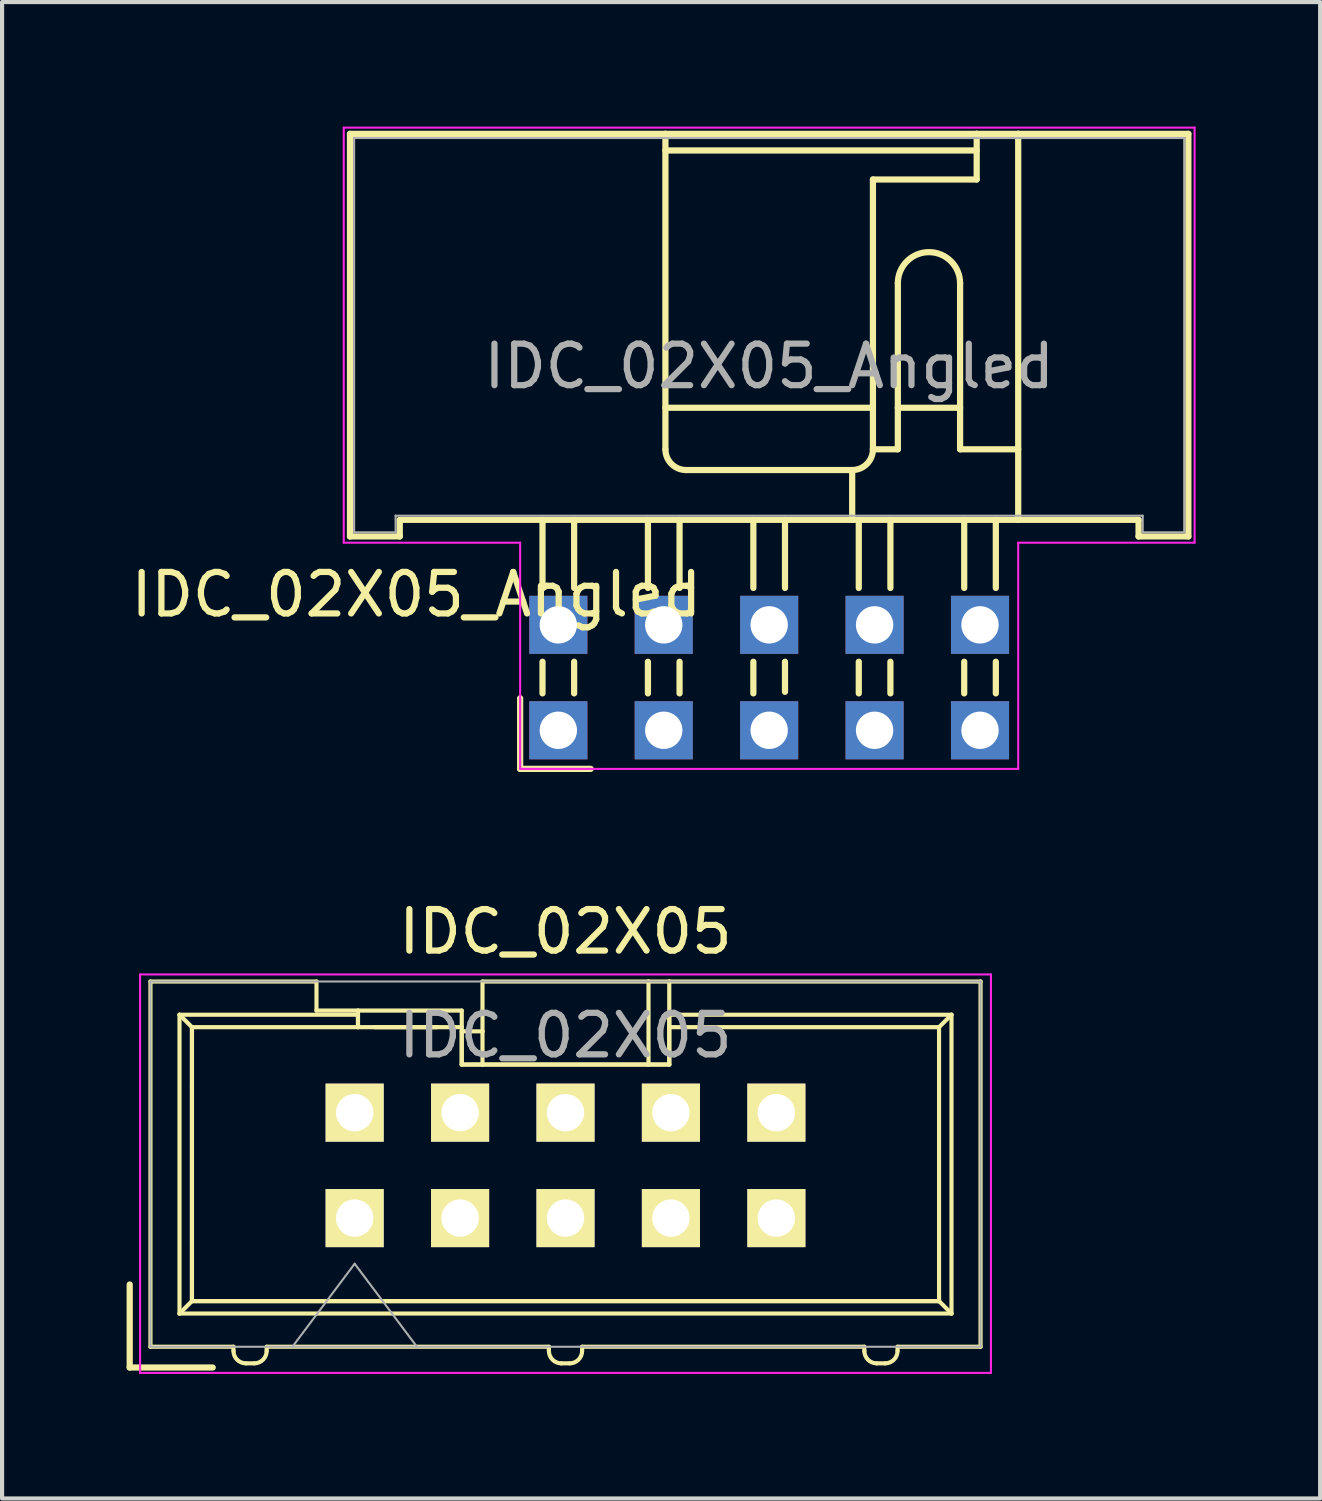
<source format=kicad_pcb>
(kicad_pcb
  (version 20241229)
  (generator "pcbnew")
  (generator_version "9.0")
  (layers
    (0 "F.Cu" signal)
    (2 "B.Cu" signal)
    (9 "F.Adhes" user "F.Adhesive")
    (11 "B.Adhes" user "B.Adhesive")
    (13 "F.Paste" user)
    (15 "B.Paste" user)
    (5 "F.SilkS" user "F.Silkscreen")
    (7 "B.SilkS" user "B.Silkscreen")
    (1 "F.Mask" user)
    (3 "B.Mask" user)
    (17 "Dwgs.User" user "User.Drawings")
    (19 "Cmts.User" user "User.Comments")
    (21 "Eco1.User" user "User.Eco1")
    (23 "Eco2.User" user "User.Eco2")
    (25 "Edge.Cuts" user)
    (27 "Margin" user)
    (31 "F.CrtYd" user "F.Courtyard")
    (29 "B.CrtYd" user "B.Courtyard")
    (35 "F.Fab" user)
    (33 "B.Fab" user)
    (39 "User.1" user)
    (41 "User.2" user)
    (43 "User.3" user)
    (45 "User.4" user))
  (footprint "IDC_02X05_Angled"
    (layer "F.Cu")
    (at 15.482 13.275)
    (property "Reference" "IDC_02X05_Angled" (at 0 -7.5 0) (layer "F.Fab") (effects (font (size 1 1) (thickness 0.15))))
    (attr through_hole)
    (fp_line (start -10.1 -13.1) (end -2.5 -13.1) (stroke (width 0.15) (type solid)) (layer "F.SilkS"))
    (fp_line (start -10.1 -3.4) (end -10.1 -13.1) (stroke (width 0.15) (type solid)) (layer "F.SilkS"))
    (fp_line (start -8.9 -3.8) (end 2 -3.8) (stroke (width 0.15) (type solid)) (layer "F.SilkS"))
    (fp_line (start -8.9 -3.4) (end -10.1 -3.4) (stroke (width 0.15) (type solid)) (layer "F.SilkS"))
    (fp_line (start -8.9 -3.4) (end -8.9 -3.8) (stroke (width 0.15) (type solid)) (layer "F.SilkS"))
    (fp_line (start -6 0.5) (end -6 2.2) (stroke (width 0.15) (type solid)) (layer "F.SilkS"))
    (fp_line (start -6 2.2) (end -4.3 2.2) (stroke (width 0.15) (type solid)) (layer "F.SilkS"))
    (fp_line (start -5.461 -3.8) (end -5.461 -2.159) (stroke (width 0.15) (type solid)) (layer "F.SilkS"))
    (fp_line (start -5.461 -0.381) (end -5.461 0.381) (stroke (width 0.15) (type solid)) (layer "F.SilkS"))
    (fp_line (start -4.699 -3.8) (end -4.699 -2.159) (stroke (width 0.15) (type solid)) (layer "F.SilkS"))
    (fp_line (start -4.699 -0.381) (end -4.699 0.381) (stroke (width 0.15) (type solid)) (layer "F.SilkS"))
    (fp_line (start -2.921 -3.8) (end -2.921 -2.159) (stroke (width 0.15) (type solid)) (layer "F.SilkS"))
    (fp_line (start -2.921 -0.381) (end -2.921 0.381) (stroke (width 0.15) (type solid)) (layer "F.SilkS"))
    (fp_line (start -2.5 -13.1) (end 5 -13.1) (stroke (width 0.15) (type solid)) (layer "F.SilkS"))
    (fp_line (start -2.5 -12.7) (end 5 -12.7) (stroke (width 0.15) (type solid)) (layer "F.SilkS"))
    (fp_line (start -2.5 -6.5) (end 2.5 -6.5) (stroke (width 0.15) (type solid)) (layer "F.SilkS"))
    (fp_line (start -2.5 -5.5) (end -2.5 -13.1) (stroke (width 0.15) (type solid)) (layer "F.SilkS"))
    (fp_line (start -2.159 -3.8) (end -2.159 -2.159) (stroke (width 0.15) (type solid)) (layer "F.SilkS"))
    (fp_line (start -2.159 -0.381) (end -2.159 0.381) (stroke (width 0.15) (type solid)) (layer "F.SilkS"))
    (fp_line (start -0.381 -3.8) (end -0.381 -2.159) (stroke (width 0.15) (type solid)) (layer "F.SilkS"))
    (fp_line (start -0.381 -0.381) (end -0.381 0.381) (stroke (width 0.15) (type solid)) (layer "F.SilkS"))
    (fp_line (start 0.381 -3.8) (end 0.381 -2.159) (stroke (width 0.15) (type solid)) (layer "F.SilkS"))
    (fp_line (start 0.381 -0.381) (end 0.381 0.344) (stroke (width 0.15) (type solid)) (layer "F.SilkS"))
    (fp_line (start 2 -5) (end -2 -5) (stroke (width 0.15) (type solid)) (layer "F.SilkS"))
    (fp_line (start 2 -3.8) (end 2 -5) (stroke (width 0.15) (type solid)) (layer "F.SilkS"))
    (fp_line (start 2.159 -3.8) (end 2.159 -2.159) (stroke (width 0.15) (type solid)) (layer "F.SilkS"))
    (fp_line (start 2.159 -0.381) (end 2.159 0.381) (stroke (width 0.15) (type solid)) (layer "F.SilkS"))
    (fp_line (start 2.5 -5.5) (end 2.5 -12) (stroke (width 0.15) (type solid)) (layer "F.SilkS"))
    (fp_line (start 2.5 -5.5) (end 3.1 -5.5) (stroke (width 0.15) (type solid)) (layer "F.SilkS"))
    (fp_line (start 2.921 -3.8) (end 2.921 -2.159) (stroke (width 0.15) (type solid)) (layer "F.SilkS"))
    (fp_line (start 2.921 -0.381) (end 2.921 0.381) (stroke (width 0.15) (type solid)) (layer "F.SilkS"))
    (fp_line (start 3.1 -5.5) (end 3.1 -9.5) (stroke (width 0.15) (type solid)) (layer "F.SilkS"))
    (fp_line (start 4.6 -9.5) (end 4.6 -5.5) (stroke (width 0.15) (type solid)) (layer "F.SilkS"))
    (fp_line (start 4.6 -6.5) (end 3.1 -6.5) (stroke (width 0.15) (type solid)) (layer "F.SilkS"))
    (fp_line (start 4.6 -5.5) (end 6 -5.5) (stroke (width 0.15) (type solid)) (layer "F.SilkS"))
    (fp_line (start 4.699 -3.8) (end 4.699 -2.159) (stroke (width 0.15) (type solid)) (layer "F.SilkS"))
    (fp_line (start 4.699 -0.381) (end 4.699 0.381) (stroke (width 0.15) (type solid)) (layer "F.SilkS"))
    (fp_line (start 5 -13.1) (end 5 -12) (stroke (width 0.15) (type solid)) (layer "F.SilkS"))
    (fp_line (start 5 -13.1) (end 6 -13.1) (stroke (width 0.15) (type solid)) (layer "F.SilkS"))
    (fp_line (start 5 -12) (end 2.5 -12) (stroke (width 0.15) (type solid)) (layer "F.SilkS"))
    (fp_line (start 5.461 -3.8) (end 5.461 -2.159) (stroke (width 0.15) (type solid)) (layer "F.SilkS"))
    (fp_line (start 5.461 -0.381) (end 5.461 0.381) (stroke (width 0.15) (type solid)) (layer "F.SilkS"))
    (fp_line (start 6 -13.1) (end 6 -3.8) (stroke (width 0.15) (type solid)) (layer "F.SilkS"))
    (fp_line (start 6 -13.1) (end 10.1 -13.1) (stroke (width 0.15) (type solid)) (layer "F.SilkS"))
    (fp_line (start 6 -3.8) (end 2 -3.8) (stroke (width 0.15) (type solid)) (layer "F.SilkS"))
    (fp_line (start 6 -3.8) (end 8.9 -3.8) (stroke (width 0.15) (type solid)) (layer "F.SilkS"))
    (fp_line (start 8.9 -3.4) (end 8.9 -3.8) (stroke (width 0.15) (type solid)) (layer "F.SilkS"))
    (fp_line (start 10.1 -13.1) (end 10.1 -3.4) (stroke (width 0.15) (type solid)) (layer "F.SilkS"))
    (fp_line (start 10.1 -3.4) (end 8.9 -3.4) (stroke (width 0.15) (type solid)) (layer "F.SilkS"))
    (fp_arc (start -2 -5) (mid -2.353553 -5.146447) (end -2.5 -5.5) (stroke (width 0.15) (type solid)) (layer "F.SilkS"))
    (fp_arc (start 2.5 -5.5) (mid 2.353553 -5.146447) (end 2 -5) (stroke (width 0.15) (type solid)) (layer "F.SilkS"))
    (fp_arc (start 3.1 -9.5) (mid 3.85 -10.25) (end 4.6 -9.5) (stroke (width 0.15) (type solid)) (layer "F.SilkS"))
    (fp_line (start -10.25 -13.25) (end -10.25 -3.25) (stroke (width 0.05) (type solid)) (layer "F.CrtYd"))
    (fp_line (start -10.25 -3.25) (end -6 -3.25) (stroke (width 0.05) (type solid)) (layer "F.CrtYd"))
    (fp_line (start -6 -3.25) (end -6 2.2) (stroke (width 0.05) (type solid)) (layer "F.CrtYd"))
    (fp_line (start -6 2.2) (end 6 2.2) (stroke (width 0.05) (type solid)) (layer "F.CrtYd"))
    (fp_line (start 6 -3.25) (end 10.25 -3.25) (stroke (width 0.05) (type solid)) (layer "F.CrtYd"))
    (fp_line (start 6 2.2) (end 6 -3.25) (stroke (width 0.05) (type solid)) (layer "F.CrtYd"))
    (fp_line (start 10.25 -13.25) (end -10.25 -13.25) (stroke (width 0.05) (type solid)) (layer "F.CrtYd"))
    (fp_line (start 10.25 -3.25) (end 10.25 -13.25) (stroke (width 0.05) (type solid)) (layer "F.CrtYd"))
    (fp_line (start -10 -13) (end 10 -13) (stroke (width 0.05) (type solid)) (layer "F.Fab"))
    (fp_line (start -10 -3.5) (end -10 -13) (stroke (width 0.05) (type solid)) (layer "F.Fab"))
    (fp_line (start -9 -3.9) (end 2 -3.9) (stroke (width 0.05) (type solid)) (layer "F.Fab"))
    (fp_line (start -9 -3.5) (end -10 -3.5) (stroke (width 0.05) (type solid)) (layer "F.Fab"))
    (fp_line (start -9 -3.5) (end -9 -3.9) (stroke (width 0.05) (type solid)) (layer "F.Fab"))
    (fp_line (start -6 0.5) (end -6 2.2) (stroke (width 0.05) (type solid)) (layer "F.Fab"))
    (fp_line (start -6 2.2) (end -4.3 2.2) (stroke (width 0.05) (type solid)) (layer "F.Fab"))
    (fp_line (start 6 -3.9) (end 2 -3.9) (stroke (width 0.05) (type solid)) (layer "F.Fab"))
    (fp_line (start 6 -3.9) (end 9 -3.9) (stroke (width 0.05) (type solid)) (layer "F.Fab"))
    (fp_line (start 9 -3.5) (end 9 -3.9) (stroke (width 0.05) (type solid)) (layer "F.Fab"))
    (fp_line (start 10 -13) (end 10 -3.5) (stroke (width 0.05) (type solid)) (layer "F.Fab"))
    (fp_line (start 10 -3.5) (end 9 -3.5) (stroke (width 0.05) (type solid)) (layer "F.Fab"))
    (fp_text user "${REFERENCE}" (at -8.5 -2 0) (layer "F.SilkS") (effects (font (size 1 1) (thickness 0.15))))
    (pad "1" thru_hole rect (at -5.08 1.27) (size 1.4 1.4) (drill 0.9) (layers "*.Cu" "*.Mask"))
    (pad "2" thru_hole rect (at -5.08 -1.27) (size 1.4 1.4) (drill 0.9) (layers "*.Cu" "*.Mask"))
    (pad "3" thru_hole rect (at -2.54 1.27) (size 1.4 1.4) (drill 0.9) (layers "*.Cu" "*.Mask"))
    (pad "4" thru_hole rect (at -2.54 -1.27) (size 1.4 1.4) (drill 0.9) (layers "*.Cu" "*.Mask"))
    (pad "5" thru_hole rect (at 0 1.27) (size 1.4 1.4) (drill 0.9) (layers "*.Cu" "*.Mask"))
    (pad "6" thru_hole rect (at 0 -1.27) (size 1.4 1.4) (drill 0.9) (layers "*.Cu" "*.Mask"))
    (pad "7" thru_hole rect (at 2.54 1.27) (size 1.4 1.4) (drill 0.9) (layers "*.Cu" "*.Mask"))
    (pad "8" thru_hole rect (at 2.54 -1.27) (size 1.4 1.4) (drill 0.9) (layers "*.Cu" "*.Mask"))
    (pad "9" thru_hole rect (at 5.08 1.27) (size 1.4 1.4) (drill 0.9) (layers "*.Cu" "*.Mask"))
    (pad "10" thru_hole rect (at 5.08 -1.27) (size 1.4 1.4) (drill 0.9) (layers "*.Cu" "*.Mask")))
  (footprint "IDC_02X05"
    (layer "F.Cu")
    (at 5.495 26.298)
    (property "Reference" "IDC_02X05" (at 5.08 -4.4 0) (layer "F.Fab") (effects (font (size 1 1) (thickness 0.15))))
    (attr through_hole)
    (fp_line (start -5.42 1.6) (end -5.42 3.6) (stroke (width 0.15) (type solid)) (layer "F.SilkS"))
    (fp_line (start -5.42 3.6) (end -3.42 3.6) (stroke (width 0.15) (type solid)) (layer "F.SilkS"))
    (fp_line (start -4.92 3.1) (end -4.92 -5.7) (stroke (width 0.1) (type solid)) (layer "F.SilkS"))
    (fp_line (start -4.22 -4.9) (end -3.92 -4.6) (stroke (width 0.1) (type solid)) (layer "F.SilkS"))
    (fp_line (start -4.22 -4.9) (end 0.08 -4.9) (stroke (width 0.1) (type solid)) (layer "F.SilkS"))
    (fp_line (start -4.22 2.3) (end -4.22 -4.9) (stroke (width 0.1) (type solid)) (layer "F.SilkS"))
    (fp_line (start -4.22 2.3) (end -3.92 2) (stroke (width 0.1) (type solid)) (layer "F.SilkS"))
    (fp_line (start -3.92 -4.6) (end 0.08 -4.6) (stroke (width 0.1) (type solid)) (layer "F.SilkS"))
    (fp_line (start -3.92 -3.171) (end -3.92 -4.6) (stroke (width 0.1) (type solid)) (layer "F.SilkS"))
    (fp_line (start -3.92 0.571) (end -3.92 -3.171) (stroke (width 0.1) (type solid)) (layer "F.SilkS"))
    (fp_line (start -3.92 2) (end -3.92 -4.6) (stroke (width 0.1) (type solid)) (layer "F.SilkS"))
    (fp_line (start -3.92 2) (end -3.92 0.571) (stroke (width 0.1) (type solid)) (layer "F.SilkS"))
    (fp_line (start -2.92 3.1) (end -4.92 3.1) (stroke (width 0.1) (type solid)) (layer "F.SilkS"))
    (fp_line (start -2.92 3.2) (end -2.92 3.1) (stroke (width 0.1) (type solid)) (layer "F.SilkS"))
    (fp_line (start -2.42 3.5) (end -2.62 3.5) (stroke (width 0.1) (type solid)) (layer "F.SilkS"))
    (fp_line (start -2.12 3.1) (end 4.68 3.1) (stroke (width 0.1) (type solid)) (layer "F.SilkS"))
    (fp_line (start -2.12 3.2) (end -2.12 3.1) (stroke (width 0.1) (type solid)) (layer "F.SilkS"))
    (fp_line (start -0.92 -5.7) (end -4.92 -5.7) (stroke (width 0.1) (type solid)) (layer "F.SilkS"))
    (fp_line (start -0.92 -5.7) (end -0.92 -5) (stroke (width 0.1) (type solid)) (layer "F.SilkS"))
    (fp_line (start 0.08 -5) (end -0.92 -5) (stroke (width 0.1) (type solid)) (layer "F.SilkS"))
    (fp_line (start 0.08 -5) (end 0.08 -4.9) (stroke (width 0.1) (type solid)) (layer "F.SilkS"))
    (fp_line (start 0.08 -5) (end 2.58 -5) (stroke (width 0.1) (type solid)) (layer "F.SilkS"))
    (fp_line (start 0.08 -4.9) (end 0.08 -4.6) (stroke (width 0.1) (type solid)) (layer "F.SilkS"))
    (fp_line (start 0.08 -4.9) (end 0.08 -4.6) (stroke (width 0.1) (type solid)) (layer "F.SilkS"))
    (fp_line (start 0.48 -4.6) (end 1.98 -4.6) (stroke (width 0.1) (type solid)) (layer "F.SilkS"))
    (fp_line (start 2.58 -5) (end 2.58 -4.6) (stroke (width 0.1) (type solid)) (layer "F.SilkS"))
    (fp_line (start 2.58 -4.6) (end 0.08 -4.6) (stroke (width 0.1) (type solid)) (layer "F.SilkS"))
    (fp_line (start 2.58 -4.5) (end 2.58 -3.7) (stroke (width 0.1) (type solid)) (layer "F.SilkS"))
    (fp_line (start 2.58 -3.7) (end 2.58 -4.6) (stroke (width 0.1) (type solid)) (layer "F.SilkS"))
    (fp_line (start 3.08 -5.7) (end 3.08 -5) (stroke (width 0.1) (type solid)) (layer "F.SilkS"))
    (fp_line (start 3.08 -5.7) (end 7.08 -5.7) (stroke (width 0.1) (type solid)) (layer "F.SilkS"))
    (fp_line (start 3.08 -5) (end 3.08 -4.5) (stroke (width 0.1) (type solid)) (layer "F.SilkS"))
    (fp_line (start 3.08 -4.5) (end 2.58 -4.5) (stroke (width 0.1) (type solid)) (layer "F.SilkS"))
    (fp_line (start 3.08 -4.5) (end 3.08 -3.7) (stroke (width 0.1) (type solid)) (layer "F.SilkS"))
    (fp_line (start 3.08 -3.7) (end 2.58 -3.7) (stroke (width 0.1) (type solid)) (layer "F.SilkS"))
    (fp_line (start 3.08 -3.7) (end 7.08 -3.7) (stroke (width 0.1) (type solid)) (layer "F.SilkS"))
    (fp_line (start 4.68 3.2) (end 4.68 3.1) (stroke (width 0.1) (type solid)) (layer "F.SilkS"))
    (fp_line (start 5.18 3.5) (end 4.98 3.5) (stroke (width 0.1) (type solid)) (layer "F.SilkS"))
    (fp_line (start 5.48 3.1) (end 12.28 3.1) (stroke (width 0.1) (type solid)) (layer "F.SilkS"))
    (fp_line (start 5.48 3.2) (end 5.48 3.1) (stroke (width 0.1) (type solid)) (layer "F.SilkS"))
    (fp_line (start 7.08 -5.7) (end 7.08 -3.7) (stroke (width 0.1) (type solid)) (layer "F.SilkS"))
    (fp_line (start 7.58 -5.7) (end 7.08 -5.7) (stroke (width 0.1) (type solid)) (layer "F.SilkS"))
    (fp_line (start 7.58 -5.7) (end 7.58 -4.9) (stroke (width 0.1) (type solid)) (layer "F.SilkS"))
    (fp_line (start 7.58 -4.9) (end 7.58 -4.6) (stroke (width 0.1) (type solid)) (layer "F.SilkS"))
    (fp_line (start 7.58 -4.9) (end 7.58 -3.7) (stroke (width 0.1) (type solid)) (layer "F.SilkS"))
    (fp_line (start 7.58 -4.9) (end 14.38 -4.9) (stroke (width 0.1) (type solid)) (layer "F.SilkS"))
    (fp_line (start 7.58 -4.6) (end 7.58 -3.7) (stroke (width 0.1) (type solid)) (layer "F.SilkS"))
    (fp_line (start 7.58 -4.6) (end 14.08 -4.6) (stroke (width 0.1) (type solid)) (layer "F.SilkS"))
    (fp_line (start 7.58 -3.7) (end 2.58 -3.7) (stroke (width 0.1) (type solid)) (layer "F.SilkS"))
    (fp_line (start 7.58 -3.7) (end 7.08 -3.7) (stroke (width 0.1) (type solid)) (layer "F.SilkS"))
    (fp_line (start 12.28 3.2) (end 12.28 3.1) (stroke (width 0.1) (type solid)) (layer "F.SilkS"))
    (fp_line (start 12.78 3.5) (end 12.58 3.5) (stroke (width 0.1) (type solid)) (layer "F.SilkS"))
    (fp_line (start 13.08 3.1) (end 15.08 3.1) (stroke (width 0.1) (type solid)) (layer "F.SilkS"))
    (fp_line (start 13.08 3.2) (end 13.08 3.1) (stroke (width 0.1) (type solid)) (layer "F.SilkS"))
    (fp_line (start 14.08 -4.6) (end 14.08 2) (stroke (width 0.1) (type solid)) (layer "F.SilkS"))
    (fp_line (start 14.08 2) (end -3.92 2) (stroke (width 0.1) (type solid)) (layer "F.SilkS"))
    (fp_line (start 14.08 2) (end -3.92 2) (stroke (width 0.1) (type solid)) (layer "F.SilkS"))
    (fp_line (start 14.38 -4.9) (end 14.08 -4.6) (stroke (width 0.1) (type solid)) (layer "F.SilkS"))
    (fp_line (start 14.38 -4.9) (end 14.38 2.3) (stroke (width 0.1) (type solid)) (layer "F.SilkS"))
    (fp_line (start 14.38 2.3) (end -4.22 2.3) (stroke (width 0.1) (type solid)) (layer "F.SilkS"))
    (fp_line (start 14.38 2.3) (end 14.08 2) (stroke (width 0.1) (type solid)) (layer "F.SilkS"))
    (fp_line (start 15.08 -5.7) (end 7.58 -5.7) (stroke (width 0.1) (type solid)) (layer "F.SilkS"))
    (fp_line (start 15.08 3.1) (end 15.08 -5.7) (stroke (width 0.1) (type solid)) (layer "F.SilkS"))
    (fp_arc (start -2.62 3.5) (mid -2.832132 3.412132) (end -2.92 3.2) (stroke (width 0.1) (type solid)) (layer "F.SilkS"))
    (fp_arc (start -2.12 3.2) (mid -2.207868 3.412132) (end -2.42 3.5) (stroke (width 0.1) (type solid)) (layer "F.SilkS"))
    (fp_arc (start 4.98 3.5) (mid 4.767868 3.412132) (end 4.68 3.2) (stroke (width 0.1) (type solid)) (layer "F.SilkS"))
    (fp_arc (start 5.48 3.2) (mid 5.392132 3.412132) (end 5.18 3.5) (stroke (width 0.1) (type solid)) (layer "F.SilkS"))
    (fp_arc (start 12.58 3.5) (mid 12.367868 3.412132) (end 12.28 3.2) (stroke (width 0.1) (type solid)) (layer "F.SilkS"))
    (fp_arc (start 13.08 3.2) (mid 12.992132 3.412132) (end 12.78 3.5) (stroke (width 0.1) (type solid)) (layer "F.SilkS"))
    (fp_line (start -5.17 -5.87) (end -5.17 3.73) (stroke (width 0.05) (type solid)) (layer "F.CrtYd"))
    (fp_line (start -5.17 -5.87) (end 15.33 -5.87) (stroke (width 0.05) (type solid)) (layer "F.CrtYd"))
    (fp_line (start -5.17 3.73) (end 15.33 3.73) (stroke (width 0.05) (type solid)) (layer "F.CrtYd"))
    (fp_line (start 15.33 3.73) (end 15.33 -5.87) (stroke (width 0.05) (type solid)) (layer "F.CrtYd"))
    (fp_line (start -4.92 3.1) (end -4.92 -5.7) (stroke (width 0.05) (type solid)) (layer "F.Fab"))
    (fp_line (start -4.92 3.1) (end 15.08 3.1) (stroke (width 0.05) (type solid)) (layer "F.Fab"))
    (fp_line (start -1.5 3.1) (end 0 1.1) (stroke (width 0.05) (type solid)) (layer "F.Fab"))
    (fp_line (start 0 1.1) (end 1.5 3.1) (stroke (width 0.05) (type solid)) (layer "F.Fab"))
    (fp_line (start 15.08 -5.7) (end -4.92 -5.7) (stroke (width 0.05) (type solid)) (layer "F.Fab"))
    (fp_line (start 15.08 3.1) (end 15.08 -5.7) (stroke (width 0.05) (type solid)) (layer "F.Fab"))
    (fp_text user "${REFERENCE}" (at 5.08 -6.9 0) (layer "F.SilkS") (effects (font (size 1 1) (thickness 0.15))))
    (pad "1" thru_hole rect (at 0 0) (size 1.4 1.4) (drill 0.9) (layers "*.Cu" "*.Mask" "F.SilkS"))
    (pad "2" thru_hole rect (at 0 -2.54) (size 1.4 1.4) (drill 0.9) (layers "*.Cu" "*.Mask" "F.SilkS"))
    (pad "3" thru_hole rect (at 2.54 0) (size 1.4 1.4) (drill 0.9) (layers "*.Cu" "*.Mask" "F.SilkS"))
    (pad "4" thru_hole rect (at 2.54 -2.54) (size 1.4 1.4) (drill 0.9) (layers "*.Cu" "*.Mask" "F.SilkS"))
    (pad "5" thru_hole rect (at 5.08 0) (size 1.4 1.4) (drill 0.9) (layers "*.Cu" "*.Mask" "F.SilkS"))
    (pad "6" thru_hole rect (at 5.08 -2.54) (size 1.4 1.4) (drill 0.9) (layers "*.Cu" "*.Mask" "F.SilkS"))
    (pad "7" thru_hole rect (at 7.62 0) (size 1.4 1.4) (drill 0.9) (layers "*.Cu" "*.Mask" "F.SilkS"))
    (pad "8" thru_hole rect (at 7.62 -2.54) (size 1.4 1.4) (drill 0.9) (layers "*.Cu" "*.Mask" "F.SilkS"))
    (pad "9" thru_hole rect (at 10.16 0) (size 1.4 1.4) (drill 0.9) (layers "*.Cu" "*.Mask" "F.SilkS"))
    (pad "10" thru_hole rect (at 10.16 -2.54) (size 1.4 1.4) (drill 0.9) (layers "*.Cu" "*.Mask" "F.SilkS")))
  (gr_rect
    (start -3 -3)
    (end 28.757 33.053)
    (stroke (width 0.1) (type default))
    (fill no)
    (layer "Edge.Cuts")))
</source>
